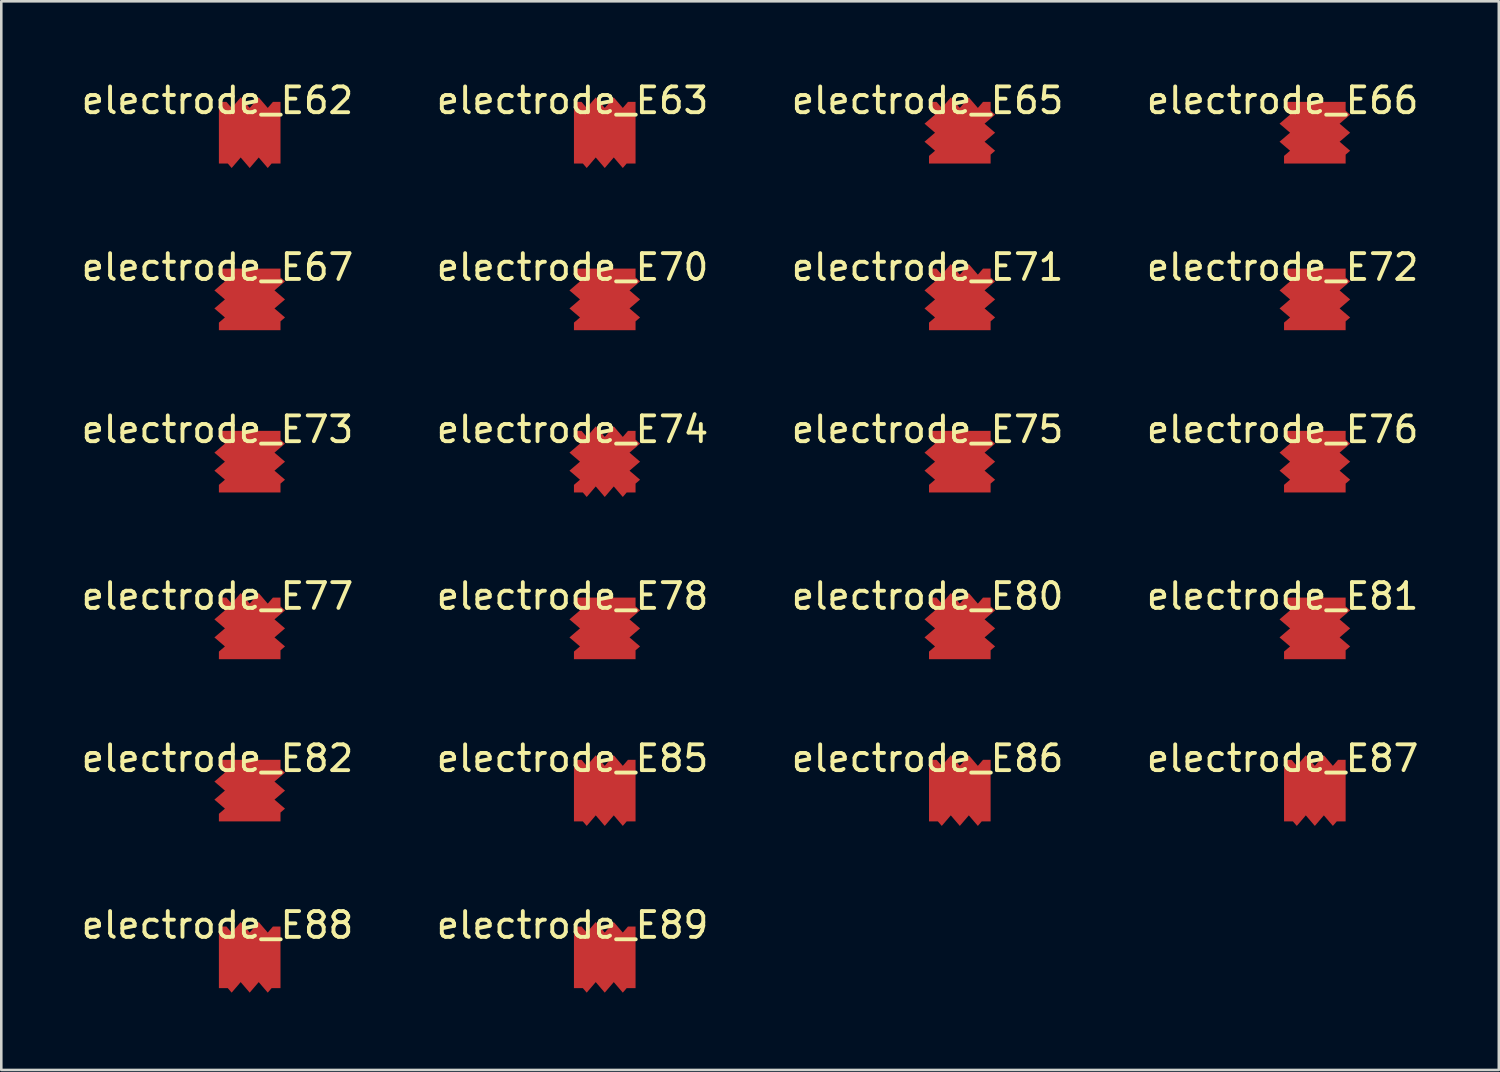
<source format=kicad_pcb>
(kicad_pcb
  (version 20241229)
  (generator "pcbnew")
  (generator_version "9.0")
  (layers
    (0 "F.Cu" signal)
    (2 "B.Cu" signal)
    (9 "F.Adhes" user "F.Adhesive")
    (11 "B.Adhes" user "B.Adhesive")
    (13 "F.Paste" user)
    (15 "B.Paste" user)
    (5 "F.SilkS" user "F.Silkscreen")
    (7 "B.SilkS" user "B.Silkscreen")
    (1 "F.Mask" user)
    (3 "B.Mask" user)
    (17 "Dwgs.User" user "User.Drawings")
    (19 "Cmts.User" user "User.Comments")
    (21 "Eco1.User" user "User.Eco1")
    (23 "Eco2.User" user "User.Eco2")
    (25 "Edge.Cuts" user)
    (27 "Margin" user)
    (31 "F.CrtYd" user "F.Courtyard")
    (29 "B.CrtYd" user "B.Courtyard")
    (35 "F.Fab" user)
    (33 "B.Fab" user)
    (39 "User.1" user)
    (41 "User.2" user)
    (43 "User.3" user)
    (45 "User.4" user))
  (footprint "electrode_E87"
    (layer "F.Cu")
    (at 46.708 26.371)
    (property "Reference" "electrode_E87" (at 0 0 0) (layer "F.SilkS") (effects (font (size 1 1) (thickness 0.15))))
    (attr through_hole)
    (pad "1" smd custom (at 1.25 1.25) (size 0.5 0.5) (layers "F.Cu" "F.Mask" "F.Paste") (options (anchor circle)) (primitives (gr_poly (pts (xy 0.7 -0.961) (xy 0.9 -1.195) (xy 1.195 -1.195) (xy 1.195 1.195) (xy 0.85 1.195) (xy 0.7 1.37) (xy 0.35 0.961) (xy 0 1.37) (xy -0.35 0.961) (xy -0.7 1.37) (xy -0.85 1.195) (xy -1.195 1.195) (xy -1.195 -1.195) (xy -0.9 -1.195) (xy -0.7 -0.961) (xy -0.35 -1.37) (xy 0 -0.961) (xy 0.35 -1.37)) (width 0.0001) (fill yes)))))
  (footprint "electrode_E71"
    (layer "F.Cu")
    (at 32.935 7.316)
    (property "Reference" "electrode_E71" (at 0 0 0) (layer "F.SilkS") (effects (font (size 1 1) (thickness 0.15))))
    (attr through_hole)
    (pad "1" smd custom (at 1.25 1.25) (size 0.5 0.5) (layers "F.Cu" "F.Mask" "F.Paste") (options (anchor circle)) (primitives (gr_poly (pts (xy 0.7 -0.961) (xy 0.9 -1.195) (xy 1.195 -1.195) (xy 1.195 -0.85) (xy 1.37 -0.7) (xy 0.961 -0.35) (xy 1.37 0) (xy 0.961 0.35) (xy 1.37 0.7) (xy 1.195 0.85) (xy 1.195 1.195) (xy -1.195 1.195) (xy -1.195 0.9) (xy -0.961 0.7) (xy -1.37 0.35) (xy -0.961 0) (xy -1.37 -0.35) (xy -0.961 -0.7) (xy -1.195 -0.9) (xy -1.195 -1.195) (xy -0.9 -1.195) (xy -0.7 -0.961) (xy -0.35 -1.37) (xy 0 -0.961) (xy 0.35 -1.37)) (width 0.0001) (fill yes)))))
  (footprint "electrode_E66"
    (layer "F.Cu")
    (at 46.708 0.848)
    (property "Reference" "electrode_E66" (at 0 0 0) (layer "F.SilkS") (effects (font (size 1 1) (thickness 0.15))))
    (attr through_hole)
    (pad "1" smd custom (at 1.25 1.25) (size 0.5 0.5) (layers "F.Cu" "F.Mask" "F.Paste") (options (anchor circle)) (primitives (gr_poly (pts (xy 1.195 -0.85) (xy 1.37 -0.7) (xy 0.961 -0.35) (xy 1.37 0) (xy 0.961 0.35) (xy 1.37 0.7) (xy 1.195 0.85) (xy 1.195 1.195) (xy -1.195 1.195) (xy -1.195 0.9) (xy -0.961 0.7) (xy -1.37 0.35) (xy -0.961 0) (xy -1.37 -0.35) (xy -0.961 -0.7) (xy -1.195 -0.9) (xy -1.195 -1.195) (xy 1.195 -1.195)) (width 0.0001) (fill yes)))))
  (footprint "electrode_E62"
    (layer "F.Cu")
    (at 5.387 0.848)
    (property "Reference" "electrode_E62" (at 0 0 0) (layer "F.SilkS") (effects (font (size 1 1) (thickness 0.15))))
    (attr through_hole)
    (pad "1" smd custom (at 1.25 1.25) (size 0.5 0.5) (layers "F.Cu" "F.Mask" "F.Paste") (options (anchor circle)) (primitives (gr_poly (pts (xy 0.7 -0.961) (xy 0.9 -1.195) (xy 1.195 -1.195) (xy 1.195 1.195) (xy 0.85 1.195) (xy 0.7 1.37) (xy 0.35 0.961) (xy 0 1.37) (xy -0.35 0.961) (xy -0.7 1.37) (xy -0.85 1.195) (xy -1.195 1.195) (xy -1.195 -1.195) (xy -0.9 -1.195) (xy -0.7 -0.961) (xy -0.35 -1.37) (xy 0 -0.961) (xy 0.35 -1.37)) (width 0.0001) (fill yes)))))
  (footprint "electrode_E76"
    (layer "F.Cu")
    (at 46.708 13.61)
    (property "Reference" "electrode_E76" (at 0 0 0) (layer "F.SilkS") (effects (font (size 1 1) (thickness 0.15))))
    (attr through_hole)
    (pad "1" smd custom (at 1.25 1.25) (size 0.5 0.5) (layers "F.Cu" "F.Mask" "F.Paste") (options (anchor circle)) (primitives (gr_poly (pts (xy 1.195 -0.85) (xy 1.37 -0.7) (xy 0.961 -0.35) (xy 1.37 0) (xy 0.961 0.35) (xy 1.37 0.7) (xy 1.195 0.85) (xy 1.195 1.195) (xy -1.195 1.195) (xy -1.195 0.9) (xy -0.961 0.7) (xy -1.37 0.35) (xy -0.961 0) (xy -1.37 -0.35) (xy -0.961 -0.7) (xy -1.195 -0.9) (xy -1.195 -1.195) (xy 1.195 -1.195)) (width 0.0001) (fill yes)))))
  (footprint "electrode_E78"
    (layer "F.Cu")
    (at 19.161 20.078)
    (property "Reference" "electrode_E78" (at 0 0 0) (layer "F.SilkS") (effects (font (size 1 1) (thickness 0.15))))
    (attr through_hole)
    (pad "1" smd custom (at 1.25 1.25) (size 0.5 0.5) (layers "F.Cu" "F.Mask" "F.Paste") (options (anchor circle)) (primitives (gr_poly (pts (xy 1.195 -0.85) (xy 1.37 -0.7) (xy 0.961 -0.35) (xy 1.37 0) (xy 0.961 0.35) (xy 1.37 0.7) (xy 1.195 0.85) (xy 1.195 1.195) (xy -1.195 1.195) (xy -1.195 0.9) (xy -0.961 0.7) (xy -1.37 0.35) (xy -0.961 0) (xy -1.37 -0.35) (xy -0.961 -0.7) (xy -1.195 -0.9) (xy -1.195 -1.195) (xy 1.195 -1.195)) (width 0.0001) (fill yes)))))
  (footprint "electrode_E63"
    (layer "F.Cu")
    (at 19.161 0.848)
    (property "Reference" "electrode_E63" (at 0 0 0) (layer "F.SilkS") (effects (font (size 1 1) (thickness 0.15))))
    (attr through_hole)
    (pad "1" smd custom (at 1.25 1.25) (size 0.5 0.5) (layers "F.Cu" "F.Mask" "F.Paste") (options (anchor circle)) (primitives (gr_poly (pts (xy 0.7 -0.961) (xy 0.9 -1.195) (xy 1.195 -1.195) (xy 1.195 1.195) (xy 0.85 1.195) (xy 0.7 1.37) (xy 0.35 0.961) (xy 0 1.37) (xy -0.35 0.961) (xy -0.7 1.37) (xy -0.85 1.195) (xy -1.195 1.195) (xy -1.195 -1.195) (xy -0.9 -1.195) (xy -0.7 -0.961) (xy -0.35 -1.37) (xy 0 -0.961) (xy 0.35 -1.37)) (width 0.0001) (fill yes)))))
  (footprint "electrode_E89"
    (layer "F.Cu")
    (at 19.161 32.839)
    (property "Reference" "electrode_E89" (at 0 0 0) (layer "F.SilkS") (effects (font (size 1 1) (thickness 0.15))))
    (attr through_hole)
    (pad "1" smd custom (at 1.25 1.25) (size 0.5 0.5) (layers "F.Cu" "F.Mask" "F.Paste") (options (anchor circle)) (primitives (gr_poly (pts (xy 0.7 -0.961) (xy 0.9 -1.195) (xy 1.195 -1.195) (xy 1.195 1.195) (xy 0.85 1.195) (xy 0.7 1.37) (xy 0.35 0.961) (xy 0 1.37) (xy -0.35 0.961) (xy -0.7 1.37) (xy -0.85 1.195) (xy -1.195 1.195) (xy -1.195 -1.195) (xy -0.9 -1.195) (xy -0.7 -0.961) (xy -0.35 -1.37) (xy 0 -0.961) (xy 0.35 -1.37)) (width 0.0001) (fill yes)))))
  (footprint "electrode_E85"
    (layer "F.Cu")
    (at 19.161 26.371)
    (property "Reference" "electrode_E85" (at 0 0 0) (layer "F.SilkS") (effects (font (size 1 1) (thickness 0.15))))
    (attr through_hole)
    (pad "1" smd custom (at 1.25 1.25) (size 0.5 0.5) (layers "F.Cu" "F.Mask" "F.Paste") (options (anchor circle)) (primitives (gr_poly (pts (xy 0.7 -0.961) (xy 0.9 -1.195) (xy 1.195 -1.195) (xy 1.195 1.195) (xy 0.85 1.195) (xy 0.7 1.37) (xy 0.35 0.961) (xy 0 1.37) (xy -0.35 0.961) (xy -0.7 1.37) (xy -0.85 1.195) (xy -1.195 1.195) (xy -1.195 -1.195) (xy -0.9 -1.195) (xy -0.7 -0.961) (xy -0.35 -1.37) (xy 0 -0.961) (xy 0.35 -1.37)) (width 0.0001) (fill yes)))))
  (footprint "electrode_E65"
    (layer "F.Cu")
    (at 32.935 0.848)
    (property "Reference" "electrode_E65" (at 0 0 0) (layer "F.SilkS") (effects (font (size 1 1) (thickness 0.15))))
    (attr through_hole)
    (pad "1" smd custom (at 1.25 1.25) (size 0.5 0.5) (layers "F.Cu" "F.Mask" "F.Paste") (options (anchor circle)) (primitives (gr_poly (pts (xy 0.7 -0.961) (xy 0.9 -1.195) (xy 1.195 -1.195) (xy 1.195 -0.85) (xy 1.37 -0.7) (xy 0.961 -0.35) (xy 1.37 0) (xy 0.961 0.35) (xy 1.37 0.7) (xy 1.195 0.85) (xy 1.195 1.195) (xy -1.195 1.195) (xy -1.195 0.9) (xy -0.961 0.7) (xy -1.37 0.35) (xy -0.961 0) (xy -1.37 -0.35) (xy -0.961 -0.7) (xy -1.195 -0.9) (xy -1.195 -1.195) (xy -0.9 -1.195) (xy -0.7 -0.961) (xy -0.35 -1.37) (xy 0 -0.961) (xy 0.35 -1.37)) (width 0.0001) (fill yes)))))
  (footprint "electrode_E67"
    (layer "F.Cu")
    (at 5.387 7.316)
    (property "Reference" "electrode_E67" (at 0 0 0) (layer "F.SilkS") (effects (font (size 1 1) (thickness 0.15))))
    (attr through_hole)
    (pad "1" smd custom (at 1.25 1.25) (size 0.5 0.5) (layers "F.Cu" "F.Mask" "F.Paste") (options (anchor circle)) (primitives (gr_poly (pts (xy 1.195 -0.85) (xy 1.37 -0.7) (xy 0.961 -0.35) (xy 1.37 0) (xy 0.961 0.35) (xy 1.37 0.7) (xy 1.195 0.85) (xy 1.195 1.195) (xy -1.195 1.195) (xy -1.195 0.9) (xy -0.961 0.7) (xy -1.37 0.35) (xy -0.961 0) (xy -1.37 -0.35) (xy -0.961 -0.7) (xy -1.195 -0.9) (xy -1.195 -1.195) (xy 1.195 -1.195)) (width 0.0001) (fill yes)))))
  (footprint "electrode_E72"
    (layer "F.Cu")
    (at 46.708 7.316)
    (property "Reference" "electrode_E72" (at 0 0 0) (layer "F.SilkS") (effects (font (size 1 1) (thickness 0.15))))
    (attr through_hole)
    (pad "1" smd custom (at 1.25 1.25) (size 0.5 0.5) (layers "F.Cu" "F.Mask" "F.Paste") (options (anchor circle)) (primitives (gr_poly (pts (xy 1.195 -0.85) (xy 1.37 -0.7) (xy 0.961 -0.35) (xy 1.37 0) (xy 0.961 0.35) (xy 1.37 0.7) (xy 1.195 0.85) (xy 1.195 1.195) (xy -1.195 1.195) (xy -1.195 0.9) (xy -0.961 0.7) (xy -1.37 0.35) (xy -0.961 0) (xy -1.37 -0.35) (xy -0.961 -0.7) (xy -1.195 -0.9) (xy -1.195 -1.195) (xy 1.195 -1.195)) (width 0.0001) (fill yes)))))
  (footprint "electrode_E74"
    (layer "F.Cu")
    (at 19.161 13.61)
    (property "Reference" "electrode_E74" (at 0 0 0) (layer "F.SilkS") (effects (font (size 1 1) (thickness 0.15))))
    (attr through_hole)
    (pad "1" smd custom (at 1.25 1.25) (size 0.5 0.5) (layers "F.Cu" "F.Mask" "F.Paste") (options (anchor circle)) (primitives (gr_poly (pts (xy 0.7 -0.961) (xy 0.9 -1.195) (xy 1.195 -1.195) (xy 1.195 -0.85) (xy 1.37 -0.7) (xy 0.961 -0.35) (xy 1.37 0) (xy 0.961 0.35) (xy 1.37 0.7) (xy 1.195 0.85) (xy 1.195 1.195) (xy 0.85 1.195) (xy 0.7 1.37) (xy 0.35 0.961) (xy 0 1.37) (xy -0.35 0.961) (xy -0.7 1.37) (xy -0.85 1.195) (xy -1.195 1.195) (xy -1.195 0.9) (xy -0.961 0.7) (xy -1.37 0.35) (xy -0.961 0) (xy -1.37 -0.35) (xy -0.961 -0.7) (xy -1.195 -0.9) (xy -1.195 -1.195) (xy -0.9 -1.195) (xy -0.7 -0.961) (xy -0.35 -1.37) (xy 0 -0.961) (xy 0.35 -1.37)) (width 0.0001) (fill yes)))))
  (footprint "electrode_E81"
    (layer "F.Cu")
    (at 46.708 20.078)
    (property "Reference" "electrode_E81" (at 0 0 0) (layer "F.SilkS") (effects (font (size 1 1) (thickness 0.15))))
    (attr through_hole)
    (pad "1" smd custom (at 1.25 1.25) (size 0.5 0.5) (layers "F.Cu" "F.Mask" "F.Paste") (options (anchor circle)) (primitives (gr_poly (pts (xy 1.195 -0.85) (xy 1.37 -0.7) (xy 0.961 -0.35) (xy 1.37 0) (xy 0.961 0.35) (xy 1.37 0.7) (xy 1.195 0.85) (xy 1.195 1.195) (xy -1.195 1.195) (xy -1.195 0.9) (xy -0.961 0.7) (xy -1.37 0.35) (xy -0.961 0) (xy -1.37 -0.35) (xy -0.961 -0.7) (xy -1.195 -0.9) (xy -1.195 -1.195) (xy 1.195 -1.195)) (width 0.0001) (fill yes)))))
  (footprint "electrode_E80"
    (layer "F.Cu")
    (at 32.935 20.078)
    (property "Reference" "electrode_E80" (at 0 0 0) (layer "F.SilkS") (effects (font (size 1 1) (thickness 0.15))))
    (attr through_hole)
    (pad "1" smd custom (at 1.25 1.25) (size 0.5 0.5) (layers "F.Cu" "F.Mask" "F.Paste") (options (anchor circle)) (primitives (gr_poly (pts (xy 0.7 -0.961) (xy 0.9 -1.195) (xy 1.195 -1.195) (xy 1.195 -0.85) (xy 1.37 -0.7) (xy 0.961 -0.35) (xy 1.37 0) (xy 0.961 0.35) (xy 1.37 0.7) (xy 1.195 0.85) (xy 1.195 1.195) (xy -1.195 1.195) (xy -1.195 0.9) (xy -0.961 0.7) (xy -1.37 0.35) (xy -0.961 0) (xy -1.37 -0.35) (xy -0.961 -0.7) (xy -1.195 -0.9) (xy -1.195 -1.195) (xy -0.9 -1.195) (xy -0.7 -0.961) (xy -0.35 -1.37) (xy 0 -0.961) (xy 0.35 -1.37)) (width 0.0001) (fill yes)))))
  (footprint "electrode_E77"
    (layer "F.Cu")
    (at 5.387 20.078)
    (property "Reference" "electrode_E77" (at 0 0 0) (layer "F.SilkS") (effects (font (size 1 1) (thickness 0.15))))
    (attr through_hole)
    (pad "1" smd custom (at 1.25 1.25) (size 0.5 0.5) (layers "F.Cu" "F.Mask" "F.Paste") (options (anchor circle)) (primitives (gr_poly (pts (xy 0.7 -0.961) (xy 0.9 -1.195) (xy 1.195 -1.195) (xy 1.195 -0.85) (xy 1.37 -0.7) (xy 0.961 -0.35) (xy 1.37 0) (xy 0.961 0.35) (xy 1.37 0.7) (xy 1.195 0.85) (xy 1.195 1.195) (xy -1.195 1.195) (xy -1.195 0.9) (xy -0.961 0.7) (xy -1.37 0.35) (xy -0.961 0) (xy -1.37 -0.35) (xy -0.961 -0.7) (xy -1.195 -0.9) (xy -1.195 -1.195) (xy -0.9 -1.195) (xy -0.7 -0.961) (xy -0.35 -1.37) (xy 0 -0.961) (xy 0.35 -1.37)) (width 0.0001) (fill yes)))))
  (footprint "electrode_E88"
    (layer "F.Cu")
    (at 5.387 32.839)
    (property "Reference" "electrode_E88" (at 0 0 0) (layer "F.SilkS") (effects (font (size 1 1) (thickness 0.15))))
    (attr through_hole)
    (pad "1" smd custom (at 1.25 1.25) (size 0.5 0.5) (layers "F.Cu" "F.Mask" "F.Paste") (options (anchor circle)) (primitives (gr_poly (pts (xy 0.7 -0.961) (xy 0.9 -1.195) (xy 1.195 -1.195) (xy 1.195 1.195) (xy 0.85 1.195) (xy 0.7 1.37) (xy 0.35 0.961) (xy 0 1.37) (xy -0.35 0.961) (xy -0.7 1.37) (xy -0.85 1.195) (xy -1.195 1.195) (xy -1.195 -1.195) (xy -0.9 -1.195) (xy -0.7 -0.961) (xy -0.35 -1.37) (xy 0 -0.961) (xy 0.35 -1.37)) (width 0.0001) (fill yes)))))
  (footprint "electrode_E86"
    (layer "F.Cu")
    (at 32.935 26.371)
    (property "Reference" "electrode_E86" (at 0 0 0) (layer "F.SilkS") (effects (font (size 1 1) (thickness 0.15))))
    (attr through_hole)
    (pad "1" smd custom (at 1.25 1.25) (size 0.5 0.5) (layers "F.Cu" "F.Mask" "F.Paste") (options (anchor circle)) (primitives (gr_poly (pts (xy 0.7 -0.961) (xy 0.9 -1.195) (xy 1.195 -1.195) (xy 1.195 1.195) (xy 0.85 1.195) (xy 0.7 1.37) (xy 0.35 0.961) (xy 0 1.37) (xy -0.35 0.961) (xy -0.7 1.37) (xy -0.85 1.195) (xy -1.195 1.195) (xy -1.195 -1.195) (xy -0.9 -1.195) (xy -0.7 -0.961) (xy -0.35 -1.37) (xy 0 -0.961) (xy 0.35 -1.37)) (width 0.0001) (fill yes)))))
  (footprint "electrode_E75"
    (layer "F.Cu")
    (at 32.935 13.61)
    (property "Reference" "electrode_E75" (at 0 0 0) (layer "F.SilkS") (effects (font (size 1 1) (thickness 0.15))))
    (attr through_hole)
    (pad "1" smd custom (at 1.25 1.25) (size 0.5 0.5) (layers "F.Cu" "F.Mask" "F.Paste") (options (anchor circle)) (primitives (gr_poly (pts (xy 1.195 -0.85) (xy 1.37 -0.7) (xy 0.961 -0.35) (xy 1.37 0) (xy 0.961 0.35) (xy 1.37 0.7) (xy 1.195 0.85) (xy 1.195 1.195) (xy -1.195 1.195) (xy -1.195 0.9) (xy -0.961 0.7) (xy -1.37 0.35) (xy -0.961 0) (xy -1.37 -0.35) (xy -0.961 -0.7) (xy -1.195 -0.9) (xy -1.195 -1.195) (xy 1.195 -1.195)) (width 0.0001) (fill yes)))))
  (footprint "electrode_E73"
    (layer "F.Cu")
    (at 5.387 13.61)
    (property "Reference" "electrode_E73" (at 0 0 0) (layer "F.SilkS") (effects (font (size 1 1) (thickness 0.15))))
    (attr through_hole)
    (pad "1" smd custom (at 1.25 1.25) (size 0.5 0.5) (layers "F.Cu" "F.Mask" "F.Paste") (options (anchor circle)) (primitives (gr_poly (pts (xy 1.195 -0.85) (xy 1.37 -0.7) (xy 0.961 -0.35) (xy 1.37 0) (xy 0.961 0.35) (xy 1.37 0.7) (xy 1.195 0.85) (xy 1.195 1.195) (xy -1.195 1.195) (xy -1.195 0.9) (xy -0.961 0.7) (xy -1.37 0.35) (xy -0.961 0) (xy -1.37 -0.35) (xy -0.961 -0.7) (xy -1.195 -0.9) (xy -1.195 -1.195) (xy 1.195 -1.195)) (width 0.0001) (fill yes)))))
  (footprint "electrode_E82"
    (layer "F.Cu")
    (at 5.387 26.371)
    (property "Reference" "electrode_E82" (at 0 0 0) (layer "F.SilkS") (effects (font (size 1 1) (thickness 0.15))))
    (attr through_hole)
    (pad "1" smd custom (at 1.25 1.25) (size 0.5 0.5) (layers "F.Cu" "F.Mask" "F.Paste") (options (anchor circle)) (primitives (gr_poly (pts (xy 1.195 -0.85) (xy 1.37 -0.7) (xy 0.961 -0.35) (xy 1.37 0) (xy 0.961 0.35) (xy 1.37 0.7) (xy 1.195 0.85) (xy 1.195 1.195) (xy -1.195 1.195) (xy -1.195 0.9) (xy -0.961 0.7) (xy -1.37 0.35) (xy -0.961 0) (xy -1.37 -0.35) (xy -0.961 -0.7) (xy -1.195 -0.9) (xy -1.195 -1.195) (xy 1.195 -1.195)) (width 0.0001) (fill yes)))))
  (footprint "electrode_E70"
    (layer "F.Cu")
    (at 19.161 7.316)
    (property "Reference" "electrode_E70" (at 0 0 0) (layer "F.SilkS") (effects (font (size 1 1) (thickness 0.15))))
    (attr through_hole)
    (pad "1" smd custom (at 1.25 1.25) (size 0.5 0.5) (layers "F.Cu" "F.Mask" "F.Paste") (options (anchor circle)) (primitives (gr_poly (pts (xy 1.195 -0.85) (xy 1.37 -0.7) (xy 0.961 -0.35) (xy 1.37 0) (xy 0.961 0.35) (xy 1.37 0.7) (xy 1.195 0.85) (xy 1.195 1.195) (xy -1.195 1.195) (xy -1.195 0.9) (xy -0.961 0.7) (xy -1.37 0.35) (xy -0.961 0) (xy -1.37 -0.35) (xy -0.961 -0.7) (xy -1.195 -0.9) (xy -1.195 -1.195) (xy 1.195 -1.195)) (width 0.0001) (fill yes)))))
  (gr_rect
    (start -3 -3)
    (end 55.095 38.459)
    (stroke (width 0.1) (type default))
    (fill no)
    (layer "Edge.Cuts")))
</source>
